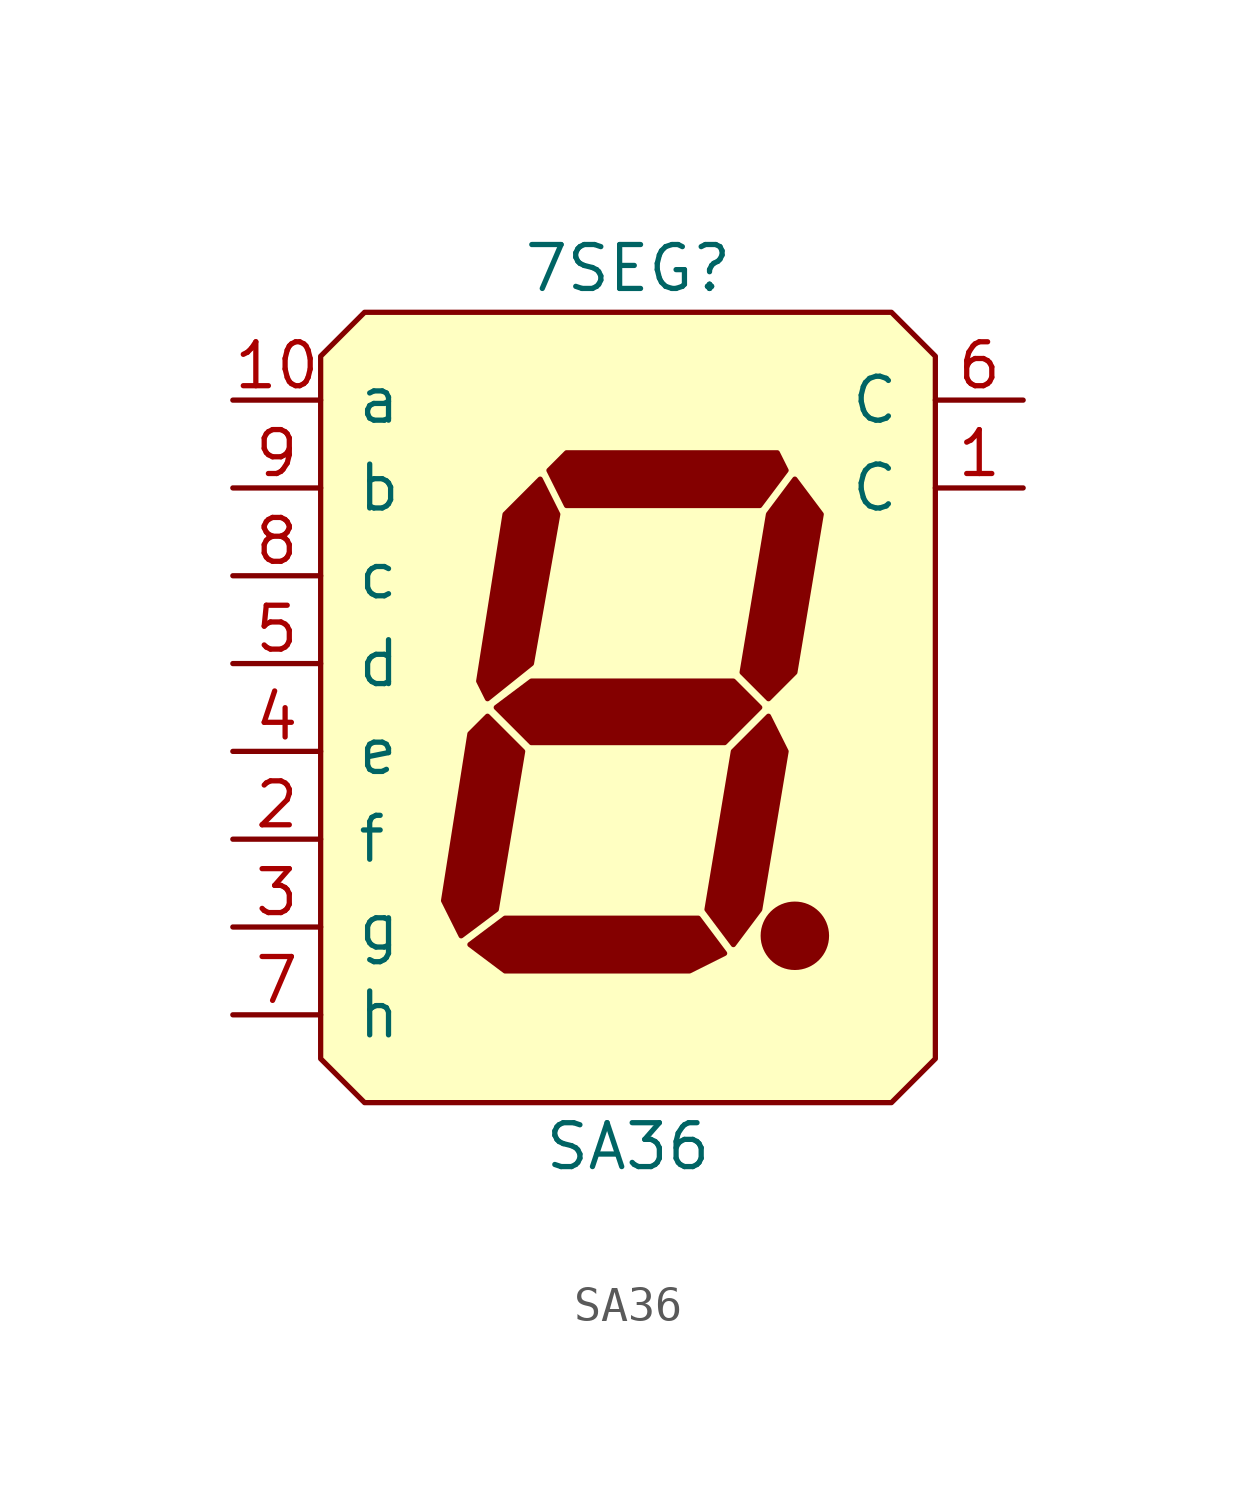
<source format=kicad_sym>
(kicad_symbol_lib
  (version 20220914)
  (generator kicad_symbol_editor)
  (symbol "SA36"
    (pin_names
      (offset 1.016))
    (property "Reference" "7SEG"
      (at 0 12.7 0)
      (effects (font (size 1.27 1.27))))
    (property "Value" "SA36"
      (at 0 -12.7 0)
      (effects (font (size 1.27 1.27))))
    (symbol "SA36_0_1"
      (polyline (pts (xy -4.572 -6.858) (xy -3.556 -6.096) (xy 2.032 -6.096) (xy 2.794 -7.112) (xy 1.778 -7.62) (xy -3.556 -7.62) (xy -4.572 -6.858)) (stroke (width 0) (type solid)) (fill (type outline)))
      (polyline (pts (xy -4.064 -0.254) (xy -3.048 -1.27) (xy -3.81 -5.842) (xy -4.826 -6.604) (xy -5.334 -5.588) (xy -4.572 -0.762) (xy -4.064 -0.254)) (stroke (width 0) (type solid)) (fill (type outline)))
      (polyline (pts (xy -4.064 0.254) (xy -4.318 0.762) (xy -3.556 5.588) (xy -2.54 6.604) (xy -2.032 5.588) (xy -2.794 1.27) (xy -4.064 0.254)) (stroke (width 0) (type solid)) (fill (type outline)))
      (polyline (pts (xy -3.81 0) (xy -2.794 0.762) (xy 3.048 0.762) (xy 3.81 0) (xy 2.794 -1.016) (xy -2.794 -1.016) (xy -3.81 0)) (stroke (width 0) (type solid)) (fill (type outline)))
      (polyline (pts (xy 3.302 1.016) (xy 4.064 0.254) (xy 4.826 1.016) (xy 5.588 5.588) (xy 4.826 6.604) (xy 4.064 5.588) (xy 3.302 1.016)) (stroke (width 0) (type solid)) (fill (type outline)))
      (polyline (pts (xy 4.064 -0.254) (xy 3.048 -1.27) (xy 2.286 -5.842) (xy 3.048 -6.858) (xy 3.81 -5.842) (xy 4.572 -1.27) (xy 4.064 -0.254)) (stroke (width 0) (type solid)) (fill (type outline)))
      (polyline (pts (xy 4.572 6.858) (xy 3.81 5.842) (xy -1.778 5.842) (xy -2.286 6.858) (xy -1.778 7.366) (xy 4.318 7.366) (xy 4.572 6.858)) (stroke (width 0) (type solid)) (fill (type outline)))
      (polyline (pts (xy -7.62 -11.43) (xy -8.89 -10.16) (xy -8.89 10.16) (xy -7.62 11.43) (xy 7.62 11.43) (xy 8.89 10.16) (xy 8.89 -10.16) (xy 7.62 -11.43) (xy -7.62 -11.43)) (stroke (width 0) (type solid)) (fill (type background)))
      (circle (center 4.826 -6.604) (radius 0.914) (stroke (width 0) (type solid)) (fill (type outline))))
    (symbol "SA36_1_1"
      (pin passive line (at 11.43 6.35 180) (length 2.54) (name "C" (effects (font (size 1.27 1.27)))) (number "1" (effects (font (size 1.27 1.27)))))
      (pin passive line (at -11.43 8.89 0) (length 2.54) (name "a" (effects (font (size 1.27 1.27)))) (number "10" (effects (font (size 1.27 1.27)))))
      (pin passive line (at -11.43 -3.81 0) (length 2.54) (name "f" (effects (font (size 1.27 1.27)))) (number "2" (effects (font (size 1.27 1.27)))))
      (pin passive line (at -11.43 -6.35 0) (length 2.54) (name "g" (effects (font (size 1.27 1.27)))) (number "3" (effects (font (size 1.27 1.27)))))
      (pin passive line (at -11.43 -1.27 0) (length 2.54) (name "e" (effects (font (size 1.27 1.27)))) (number "4" (effects (font (size 1.27 1.27)))))
      (pin passive line (at -11.43 1.27 0) (length 2.54) (name "d" (effects (font (size 1.27 1.27)))) (number "5" (effects (font (size 1.27 1.27)))))
      (pin passive line (at 11.43 8.89 180) (length 2.54) (name "C" (effects (font (size 1.27 1.27)))) (number "6" (effects (font (size 1.27 1.27)))))
      (pin passive line (at -11.43 -8.89 0) (length 2.54) (name "h" (effects (font (size 1.27 1.27)))) (number "7" (effects (font (size 1.27 1.27)))))
      (pin passive line (at -11.43 3.81 0) (length 2.54) (name "c" (effects (font (size 1.27 1.27)))) (number "8" (effects (font (size 1.27 1.27)))))
      (pin passive line (at -11.43 6.35 0) (length 2.54) (name "b" (effects (font (size 1.27 1.27)))) (number "9" (effects (font (size 1.27 1.27))))))))
</source>
